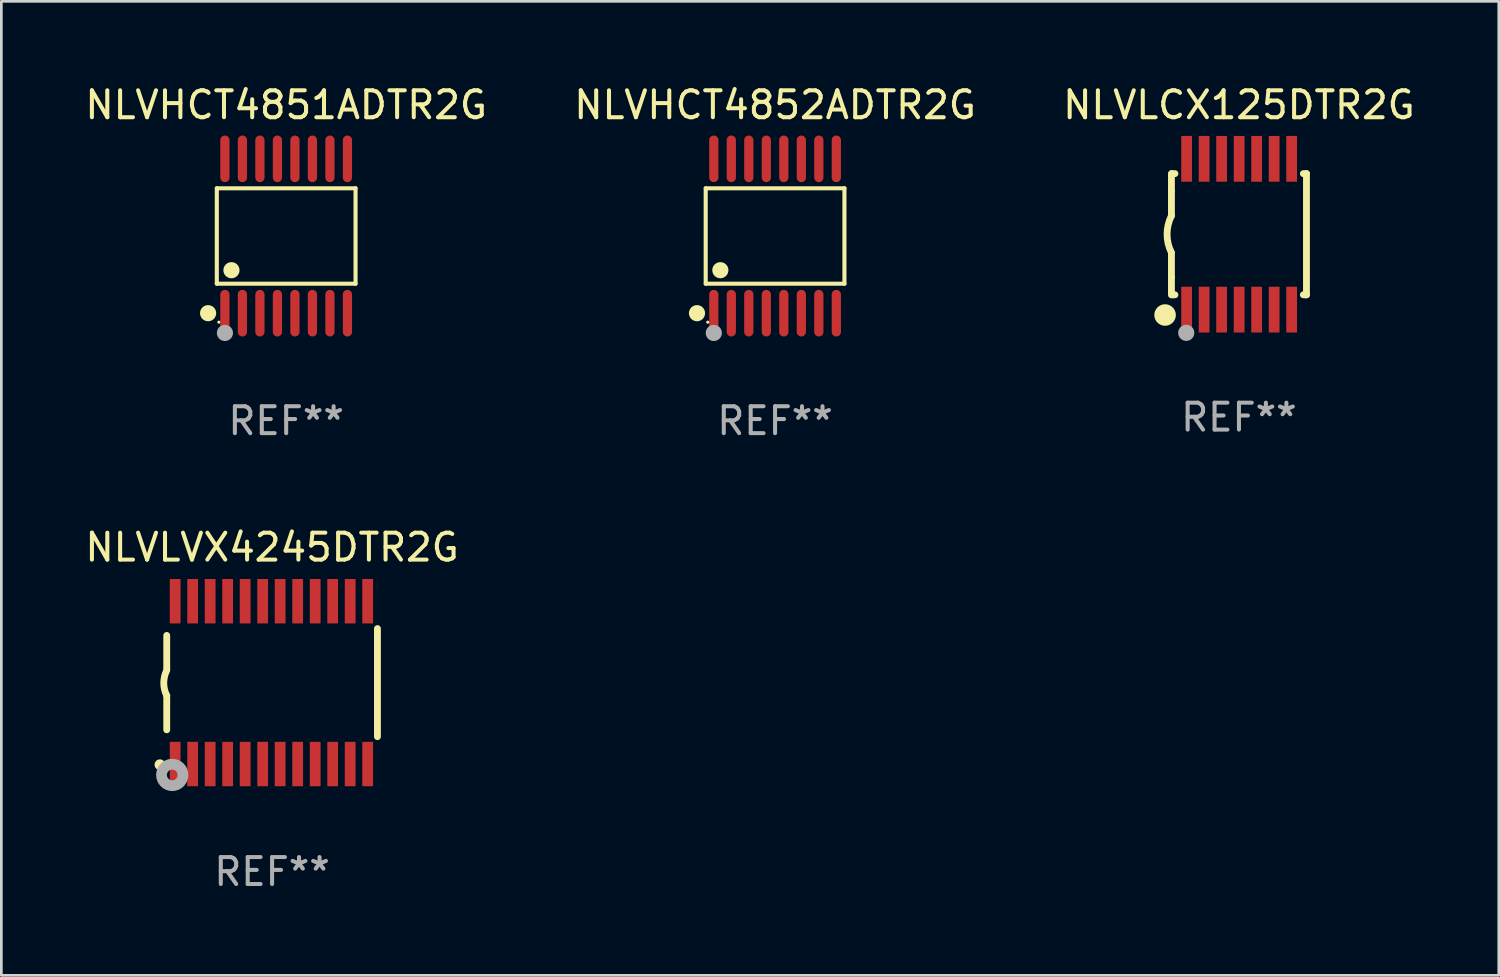
<source format=kicad_pcb>
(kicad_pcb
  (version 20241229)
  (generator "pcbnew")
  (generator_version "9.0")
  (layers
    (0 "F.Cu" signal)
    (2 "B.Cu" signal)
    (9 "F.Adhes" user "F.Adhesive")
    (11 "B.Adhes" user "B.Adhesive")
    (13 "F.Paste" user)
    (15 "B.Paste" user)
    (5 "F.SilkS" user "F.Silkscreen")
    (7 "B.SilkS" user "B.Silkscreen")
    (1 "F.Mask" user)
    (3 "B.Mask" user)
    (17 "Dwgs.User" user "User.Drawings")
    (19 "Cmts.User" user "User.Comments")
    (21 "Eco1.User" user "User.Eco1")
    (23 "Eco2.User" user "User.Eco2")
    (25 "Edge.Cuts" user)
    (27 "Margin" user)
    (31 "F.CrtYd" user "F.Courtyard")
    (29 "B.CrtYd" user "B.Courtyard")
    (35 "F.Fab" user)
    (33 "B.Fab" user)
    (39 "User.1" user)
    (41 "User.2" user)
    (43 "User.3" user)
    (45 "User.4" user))
  (footprint "NLVHCT4851ADTR2G"
    (layer "F.Cu")
    (at 7.577 5.714)
    (property "Reference" "NLVHCT4851ADTR2G" (at 0 -4.866 0) (layer "F.SilkS") (effects (font (size 1 1) (thickness 0.15))))
    (attr through_hole)
    (fp_line (start -2.576 -1.772) (end 2.576 -1.772) (stroke (width 0.152) (type solid)) (layer "F.SilkS"))
    (fp_line (start -2.576 1.771) (end -2.576 -1.772) (stroke (width 0.152) (type solid)) (layer "F.SilkS"))
    (fp_line (start 2.576 -1.772) (end 2.576 1.771) (stroke (width 0.152) (type solid)) (layer "F.SilkS"))
    (fp_line (start 2.576 1.771) (end -2.576 1.771) (stroke (width 0.152) (type solid)) (layer "F.SilkS"))
    (fp_circle (center -2.899 2.866) (end -2.749 2.866) (stroke (width 0.3) (type solid)) (fill no) (layer "F.SilkS"))
    (fp_circle (center -2.5 3.2) (end -2.47 3.2) (stroke (width 0.06) (type solid)) (fill no) (layer "F.SilkS"))
    (fp_circle (center -2.032 1.27) (end -1.882 1.27) (stroke (width 0.3) (type solid)) (fill no) (layer "F.SilkS"))
    (fp_circle (center -2.275 3.6) (end -2.125 3.6) (stroke (width 0.3) (type solid)) (fill no) (layer "F.Fab"))
    (fp_text user "REF**" (at 0 6.866 0) (layer "F.Fab") (effects (font (size 1 1) (thickness 0.15))))
    (pad "1" smd oval (at -2.275 2.866) (size 0.343 1.731) (layers "F.Cu" "F.Mask" "F.Paste"))
    (pad "2" smd oval (at -1.625 2.866) (size 0.343 1.731) (layers "F.Cu" "F.Mask" "F.Paste"))
    (pad "3" smd oval (at -0.975 2.866) (size 0.343 1.731) (layers "F.Cu" "F.Mask" "F.Paste"))
    (pad "4" smd oval (at -0.325 2.866) (size 0.343 1.731) (layers "F.Cu" "F.Mask" "F.Paste"))
    (pad "5" smd oval (at 0.325 2.866) (size 0.343 1.731) (layers "F.Cu" "F.Mask" "F.Paste"))
    (pad "6" smd oval (at 0.975 2.866) (size 0.343 1.731) (layers "F.Cu" "F.Mask" "F.Paste"))
    (pad "7" smd oval (at 1.625 2.866) (size 0.343 1.731) (layers "F.Cu" "F.Mask" "F.Paste"))
    (pad "8" smd oval (at 2.275 2.866) (size 0.343 1.731) (layers "F.Cu" "F.Mask" "F.Paste"))
    (pad "9" smd oval (at 2.275 -2.866) (size 0.343 1.731) (layers "F.Cu" "F.Mask" "F.Paste"))
    (pad "10" smd oval (at 1.625 -2.866) (size 0.343 1.731) (layers "F.Cu" "F.Mask" "F.Paste"))
    (pad "11" smd oval (at 0.975 -2.866) (size 0.343 1.731) (layers "F.Cu" "F.Mask" "F.Paste"))
    (pad "12" smd oval (at 0.325 -2.866) (size 0.343 1.731) (layers "F.Cu" "F.Mask" "F.Paste"))
    (pad "13" smd oval (at -0.325 -2.866) (size 0.343 1.731) (layers "F.Cu" "F.Mask" "F.Paste"))
    (pad "14" smd oval (at -0.975 -2.866) (size 0.343 1.731) (layers "F.Cu" "F.Mask" "F.Paste"))
    (pad "15" smd oval (at -1.625 -2.866) (size 0.343 1.731) (layers "F.Cu" "F.Mask" "F.Paste"))
    (pad "16" smd oval (at -2.275 -2.866) (size 0.343 1.731) (layers "F.Cu" "F.Mask" "F.Paste")))
  (footprint "NLVLCX125DTR2G"
    (layer "F.Cu")
    (at 42.958 5.648)
    (property "Reference" "NLVLCX125DTR2G" (at 0 -4.8 0) (layer "F.SilkS") (effects (font (size 1 1) (thickness 0.15))))
    (attr through_hole)
    (fp_line (start -2.507 -1.6) (end -2.507 -2.25) (stroke (width 0.254) (type solid)) (layer "F.SilkS"))
    (fp_line (start -2.507 -0.686) (end -2.507 -1.6) (stroke (width 0.254) (type solid)) (layer "F.SilkS"))
    (fp_line (start -2.507 1.6) (end -2.507 0.686) (stroke (width 0.254) (type solid)) (layer "F.SilkS"))
    (fp_line (start -2.507 1.6) (end -2.507 2.25) (stroke (width 0.254) (type solid)) (layer "F.SilkS"))
    (fp_line (start -2.493 -2.25) (end -2.377 -2.25) (stroke (width 0.254) (type solid)) (layer "F.SilkS"))
    (fp_line (start -2.377 2.25) (end -2.493 2.25) (stroke (width 0.254) (type solid)) (layer "F.SilkS"))
    (fp_line (start 2.392 -2.25) (end 2.507 -2.25) (stroke (width 0.254) (type solid)) (layer "F.SilkS"))
    (fp_line (start 2.507 -2.25) (end 2.507 2.25) (stroke (width 0.254) (type solid)) (layer "F.SilkS"))
    (fp_line (start 2.507 2.25) (end 2.392 2.25) (stroke (width 0.254) (type solid)) (layer "F.SilkS"))
    (fp_arc (start -2.507303 0.685802) (mid -2.669199 0) (end -2.507303 -0.685801) (stroke (width 0.254001) (type solid)) (layer "F.SilkS"))
    (fp_circle (center -2.743 3) (end -2.543 3) (stroke (width 0.4) (type solid)) (fill no) (layer "F.SilkS"))
    (fp_circle (center -2.493 3.2) (end -2.463 3.2) (stroke (width 0.06) (type solid)) (fill no) (layer "F.SilkS"))
    (fp_circle (center -1.957 3.662) (end -1.807 3.662) (stroke (width 0.3) (type solid)) (fill no) (layer "F.Fab"))
    (fp_text user "REF**" (at 0 6.8 0) (layer "F.Fab") (effects (font (size 1 1) (thickness 0.15))))
    (pad "1" smd rect (at -1.943 2.8) (size 0.4 1.7) (layers "F.Cu" "F.Mask" "F.Paste"))
    (pad "2" smd rect (at -1.293 2.8) (size 0.4 1.7) (layers "F.Cu" "F.Mask" "F.Paste"))
    (pad "3" smd rect (at -0.643 2.8) (size 0.4 1.7) (layers "F.Cu" "F.Mask" "F.Paste"))
    (pad "4" smd rect (at 0.007 2.8) (size 0.4 1.7) (layers "F.Cu" "F.Mask" "F.Paste"))
    (pad "5" smd rect (at 0.657 2.8) (size 0.4 1.7) (layers "F.Cu" "F.Mask" "F.Paste"))
    (pad "6" smd rect (at 1.307 2.8) (size 0.4 1.7) (layers "F.Cu" "F.Mask" "F.Paste"))
    (pad "7" smd rect (at 1.957 2.8) (size 0.4 1.7) (layers "F.Cu" "F.Mask" "F.Paste"))
    (pad "8" smd rect (at 1.957 -2.8) (size 0.4 1.7) (layers "F.Cu" "F.Mask" "F.Paste"))
    (pad "9" smd rect (at 1.307 -2.8) (size 0.4 1.7) (layers "F.Cu" "F.Mask" "F.Paste"))
    (pad "10" smd rect (at 0.657 -2.8) (size 0.4 1.7) (layers "F.Cu" "F.Mask" "F.Paste"))
    (pad "11" smd rect (at 0.007 -2.8) (size 0.4 1.7) (layers "F.Cu" "F.Mask" "F.Paste"))
    (pad "12" smd rect (at -0.643 -2.8) (size 0.4 1.7) (layers "F.Cu" "F.Mask" "F.Paste"))
    (pad "13" smd rect (at -1.293 -2.8) (size 0.4 1.7) (layers "F.Cu" "F.Mask" "F.Paste"))
    (pad "14" smd rect (at -1.943 -2.8) (size 0.4 1.7) (layers "F.Cu" "F.Mask" "F.Paste")))
  (footprint "NLVLVX4245DTR2G"
    (layer "F.Cu")
    (at 7.054 22.299)
    (property "Reference" "NLVLVX4245DTR2G" (at 0 -5.023 0) (layer "F.SilkS") (effects (font (size 1 1) (thickness 0.15))))
    (attr through_hole)
    (fp_line (start -3.912 -0.483) (end -3.912 -1.753) (stroke (width 0.254) (type solid)) (layer "F.SilkS"))
    (fp_line (start -3.912 1.753) (end -3.912 0.483) (stroke (width 0.254) (type solid)) (layer "F.SilkS"))
    (fp_line (start 3.912 -2.007) (end 3.912 2.007) (stroke (width 0.254) (type solid)) (layer "F.SilkS"))
    (fp_arc (start -3.911608 0.482601) (mid -4.022537 0.0127) (end -3.911608 -0.457201) (stroke (width 0.254001) (type solid)) (layer "F.SilkS"))
    (fp_circle (center -4.166 3.048) (end -4.066 3.048) (stroke (width 0.2) (type solid)) (fill no) (layer "F.SilkS"))
    (fp_circle (center -3.925 3.186) (end -3.895 3.186) (stroke (width 0.06) (type solid)) (fill no) (layer "F.SilkS"))
    (fp_circle (center -3.708 3.429) (end -3.509 3.429) (stroke (width 0.4) (type solid)) (fill no) (layer "F.Fab"))
    (fp_text user "REF**" (at 0 7.023 0) (layer "F.Fab") (effects (font (size 1 1) (thickness 0.15))))
    (pad "1" smd rect (at -3.6 3.023) (size 0.4 1.65) (layers "F.Cu" "F.Mask" "F.Paste"))
    (pad "2" smd rect (at -2.95 3.023) (size 0.4 1.65) (layers "F.Cu" "F.Mask" "F.Paste"))
    (pad "3" smd rect (at -2.3 3.023) (size 0.4 1.65) (layers "F.Cu" "F.Mask" "F.Paste"))
    (pad "4" smd rect (at -1.65 3.023) (size 0.4 1.65) (layers "F.Cu" "F.Mask" "F.Paste"))
    (pad "5" smd rect (at -1 3.023) (size 0.4 1.65) (layers "F.Cu" "F.Mask" "F.Paste"))
    (pad "6" smd rect (at -0.35 3.023) (size 0.4 1.65) (layers "F.Cu" "F.Mask" "F.Paste"))
    (pad "7" smd rect (at 0.299 3.023) (size 0.4 1.65) (layers "F.Cu" "F.Mask" "F.Paste"))
    (pad "8" smd rect (at 0.95 3.023) (size 0.4 1.65) (layers "F.Cu" "F.Mask" "F.Paste"))
    (pad "9" smd rect (at 1.6 3.023) (size 0.4 1.65) (layers "F.Cu" "F.Mask" "F.Paste"))
    (pad "10" smd rect (at 2.25 3.023) (size 0.4 1.65) (layers "F.Cu" "F.Mask" "F.Paste"))
    (pad "11" smd rect (at 2.9 3.023) (size 0.4 1.65) (layers "F.Cu" "F.Mask" "F.Paste"))
    (pad "12" smd rect (at 3.549 3.023) (size 0.4 1.65) (layers "F.Cu" "F.Mask" "F.Paste"))
    (pad "13" smd rect (at 3.549 -3.023) (size 0.4 1.65) (layers "F.Cu" "F.Mask" "F.Paste"))
    (pad "14" smd rect (at 2.9 -3.023) (size 0.4 1.65) (layers "F.Cu" "F.Mask" "F.Paste"))
    (pad "15" smd rect (at 2.25 -3.023) (size 0.4 1.65) (layers "F.Cu" "F.Mask" "F.Paste"))
    (pad "16" smd rect (at 1.6 -3.023) (size 0.4 1.65) (layers "F.Cu" "F.Mask" "F.Paste"))
    (pad "17" smd rect (at 0.95 -3.023) (size 0.4 1.65) (layers "F.Cu" "F.Mask" "F.Paste"))
    (pad "18" smd rect (at 0.299 -3.023) (size 0.4 1.65) (layers "F.Cu" "F.Mask" "F.Paste"))
    (pad "19" smd rect (at -0.35 -3.023) (size 0.4 1.65) (layers "F.Cu" "F.Mask" "F.Paste"))
    (pad "20" smd rect (at -1 -3.023) (size 0.4 1.65) (layers "F.Cu" "F.Mask" "F.Paste"))
    (pad "21" smd rect (at -1.65 -3.023) (size 0.4 1.65) (layers "F.Cu" "F.Mask" "F.Paste"))
    (pad "22" smd rect (at -2.3 -3.023) (size 0.4 1.65) (layers "F.Cu" "F.Mask" "F.Paste"))
    (pad "23" smd rect (at -2.95 -3.023) (size 0.4 1.65) (layers "F.Cu" "F.Mask" "F.Paste"))
    (pad "24" smd rect (at -3.6 -3.023) (size 0.4 1.65) (layers "F.Cu" "F.Mask" "F.Paste")))
  (footprint "NLVHCT4852ADTR2G"
    (layer "F.Cu")
    (at 25.732 5.714)
    (property "Reference" "NLVHCT4852ADTR2G" (at 0 -4.866 0) (layer "F.SilkS") (effects (font (size 1 1) (thickness 0.15))))
    (attr through_hole)
    (fp_line (start -2.576 -1.772) (end 2.576 -1.772) (stroke (width 0.152) (type solid)) (layer "F.SilkS"))
    (fp_line (start -2.576 1.771) (end -2.576 -1.772) (stroke (width 0.152) (type solid)) (layer "F.SilkS"))
    (fp_line (start 2.576 -1.772) (end 2.576 1.771) (stroke (width 0.152) (type solid)) (layer "F.SilkS"))
    (fp_line (start 2.576 1.771) (end -2.576 1.771) (stroke (width 0.152) (type solid)) (layer "F.SilkS"))
    (fp_circle (center -2.899 2.866) (end -2.749 2.866) (stroke (width 0.3) (type solid)) (fill no) (layer "F.SilkS"))
    (fp_circle (center -2.5 3.2) (end -2.47 3.2) (stroke (width 0.06) (type solid)) (fill no) (layer "F.SilkS"))
    (fp_circle (center -2.032 1.27) (end -1.882 1.27) (stroke (width 0.3) (type solid)) (fill no) (layer "F.SilkS"))
    (fp_circle (center -2.275 3.6) (end -2.125 3.6) (stroke (width 0.3) (type solid)) (fill no) (layer "F.Fab"))
    (fp_text user "REF**" (at 0 6.866 0) (layer "F.Fab") (effects (font (size 1 1) (thickness 0.15))))
    (pad "1" smd oval (at -2.275 2.866) (size 0.343 1.731) (layers "F.Cu" "F.Mask" "F.Paste"))
    (pad "2" smd oval (at -1.625 2.866) (size 0.343 1.731) (layers "F.Cu" "F.Mask" "F.Paste"))
    (pad "3" smd oval (at -0.975 2.866) (size 0.343 1.731) (layers "F.Cu" "F.Mask" "F.Paste"))
    (pad "4" smd oval (at -0.325 2.866) (size 0.343 1.731) (layers "F.Cu" "F.Mask" "F.Paste"))
    (pad "5" smd oval (at 0.325 2.866) (size 0.343 1.731) (layers "F.Cu" "F.Mask" "F.Paste"))
    (pad "6" smd oval (at 0.975 2.866) (size 0.343 1.731) (layers "F.Cu" "F.Mask" "F.Paste"))
    (pad "7" smd oval (at 1.625 2.866) (size 0.343 1.731) (layers "F.Cu" "F.Mask" "F.Paste"))
    (pad "8" smd oval (at 2.275 2.866) (size 0.343 1.731) (layers "F.Cu" "F.Mask" "F.Paste"))
    (pad "9" smd oval (at 2.275 -2.866) (size 0.343 1.731) (layers "F.Cu" "F.Mask" "F.Paste"))
    (pad "10" smd oval (at 1.625 -2.866) (size 0.343 1.731) (layers "F.Cu" "F.Mask" "F.Paste"))
    (pad "11" smd oval (at 0.975 -2.866) (size 0.343 1.731) (layers "F.Cu" "F.Mask" "F.Paste"))
    (pad "12" smd oval (at 0.325 -2.866) (size 0.343 1.731) (layers "F.Cu" "F.Mask" "F.Paste"))
    (pad "13" smd oval (at -0.325 -2.866) (size 0.343 1.731) (layers "F.Cu" "F.Mask" "F.Paste"))
    (pad "14" smd oval (at -0.975 -2.866) (size 0.343 1.731) (layers "F.Cu" "F.Mask" "F.Paste"))
    (pad "15" smd oval (at -1.625 -2.866) (size 0.343 1.731) (layers "F.Cu" "F.Mask" "F.Paste"))
    (pad "16" smd oval (at -2.275 -2.866) (size 0.343 1.731) (layers "F.Cu" "F.Mask" "F.Paste")))
  (gr_rect
    (start -3 -3)
    (end 52.607 33.17)
    (stroke (width 0.1) (type default))
    (fill no)
    (layer "Edge.Cuts")))
</source>
